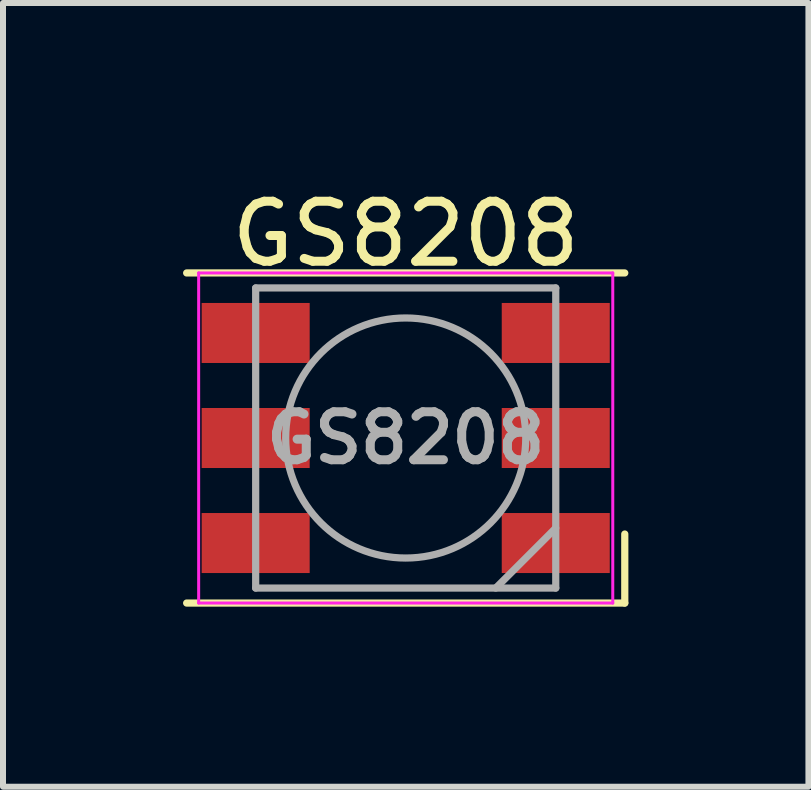
<source format=kicad_pcb>
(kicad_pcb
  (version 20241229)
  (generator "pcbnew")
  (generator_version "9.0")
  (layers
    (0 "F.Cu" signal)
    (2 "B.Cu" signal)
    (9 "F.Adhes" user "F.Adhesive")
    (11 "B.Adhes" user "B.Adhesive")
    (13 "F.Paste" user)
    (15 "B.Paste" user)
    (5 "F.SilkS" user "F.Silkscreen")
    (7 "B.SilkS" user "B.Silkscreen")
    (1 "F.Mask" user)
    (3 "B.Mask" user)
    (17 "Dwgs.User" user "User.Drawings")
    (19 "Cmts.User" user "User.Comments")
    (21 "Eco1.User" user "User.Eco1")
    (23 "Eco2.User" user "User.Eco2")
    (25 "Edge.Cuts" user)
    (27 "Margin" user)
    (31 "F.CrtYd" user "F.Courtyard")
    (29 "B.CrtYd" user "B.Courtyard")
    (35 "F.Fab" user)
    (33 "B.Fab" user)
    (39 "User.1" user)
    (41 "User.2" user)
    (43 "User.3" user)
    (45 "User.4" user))
  (footprint "GS8208"
    (layer "F.Cu")
    (at 3.71 4.248)
    (property "Reference" "GS8208" (at 0 -3.4 0) (layer "F.SilkS") (effects (font (size 1 1) (thickness 0.15))))
    (attr smd)
    (fp_line (start -3.65 -2.75) (end 3.65 -2.75) (stroke (width 0.12) (type solid)) (layer "F.SilkS"))
    (fp_line (start -3.65 2.75) (end 3.65 2.75) (stroke (width 0.12) (type solid)) (layer "F.SilkS"))
    (fp_line (start 3.65 2.75) (end 3.65 1.6) (stroke (width 0.12) (type solid)) (layer "F.SilkS"))
    (fp_line (start -3.45 -2.75) (end 3.45 -2.75) (stroke (width 0.05) (type solid)) (layer "F.CrtYd"))
    (fp_line (start -3.45 2.75) (end -3.45 -2.75) (stroke (width 0.05) (type solid)) (layer "F.CrtYd"))
    (fp_line (start 3.45 -2.75) (end 3.45 2.75) (stroke (width 0.05) (type solid)) (layer "F.CrtYd"))
    (fp_line (start 3.45 2.75) (end -3.45 2.75) (stroke (width 0.05) (type solid)) (layer "F.CrtYd"))
    (fp_line (start -2.5 -2.5) (end 2.5 -2.5) (stroke (width 0.12) (type solid)) (layer "F.Fab"))
    (fp_line (start -2.5 2.5) (end -2.5 -2.5) (stroke (width 0.12) (type solid)) (layer "F.Fab"))
    (fp_line (start 1.5 2.5) (end 2.5 1.5) (stroke (width 0.12) (type solid)) (layer "F.Fab"))
    (fp_line (start 2.5 -2.5) (end 2.5 2.5) (stroke (width 0.12) (type solid)) (layer "F.Fab"))
    (fp_line (start 2.5 2.5) (end -2.5 2.5) (stroke (width 0.12) (type solid)) (layer "F.Fab"))
    (fp_circle (center 0 0) (end 2 0) (stroke (width 0.12) (type solid)) (fill no) (layer "F.Fab"))
    (fp_text user "${REFERENCE}" (at 0 0 0) (layer "F.Fab") (effects (font (size 0.8 0.8) (thickness 0.15))))
    (pad "1" smd rect (at -2.5 -1.75) (size 1.8 1) (layers "F.Cu" "F.Mask" "F.Paste"))
    (pad "2" smd rect (at -2.5 0) (size 1.8 1) (layers "F.Cu" "F.Mask" "F.Paste"))
    (pad "3" smd rect (at -2.5 1.75) (size 1.8 1) (layers "F.Cu" "F.Mask" "F.Paste"))
    (pad "4" smd rect (at 2.5 1.75) (size 1.8 1) (layers "F.Cu" "F.Mask" "F.Paste"))
    (pad "5" smd rect (at 2.5 0) (size 1.8 1) (layers "F.Cu" "F.Mask" "F.Paste"))
    (pad "6" smd rect (at 2.5 -1.75) (size 1.8 1) (layers "F.Cu" "F.Mask" "F.Paste")))
  (gr_rect
    (start -3 -3)
    (end 10.42 10.058)
    (stroke (width 0.1) (type default))
    (fill no)
    (layer "Edge.Cuts")))
</source>
